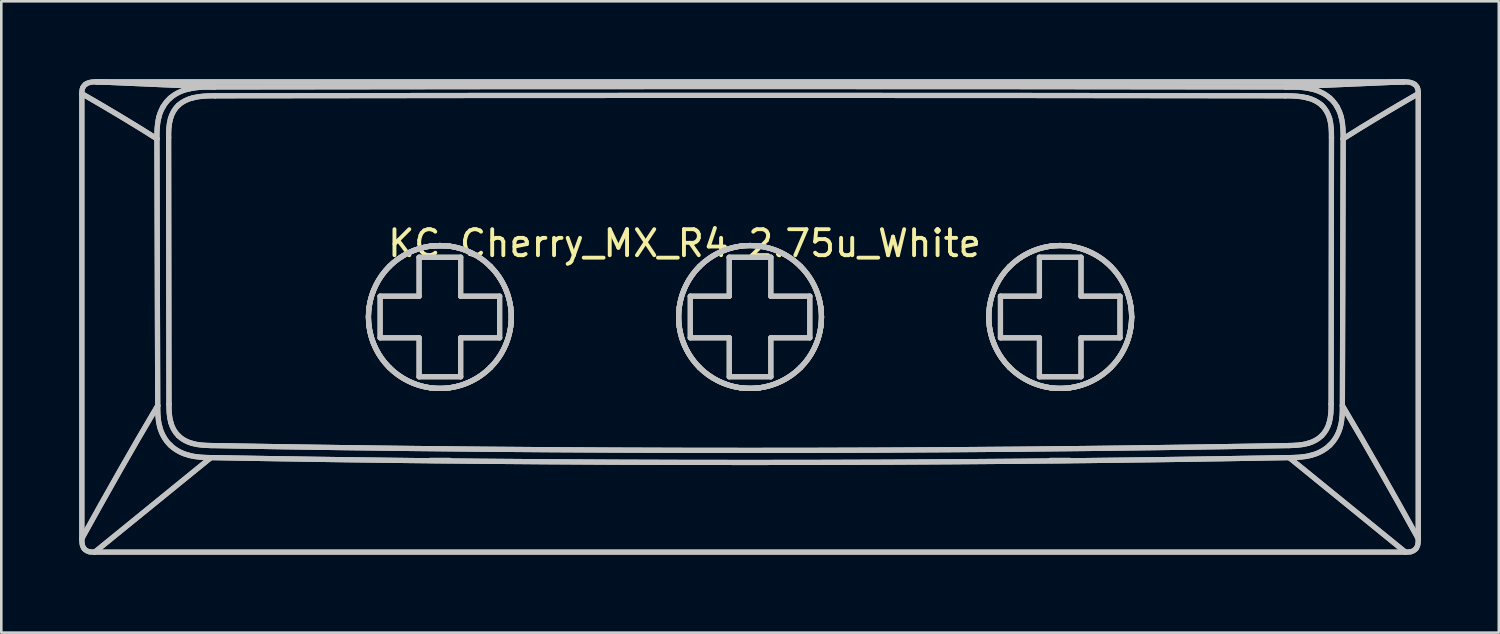
<source format=kicad_pcb>
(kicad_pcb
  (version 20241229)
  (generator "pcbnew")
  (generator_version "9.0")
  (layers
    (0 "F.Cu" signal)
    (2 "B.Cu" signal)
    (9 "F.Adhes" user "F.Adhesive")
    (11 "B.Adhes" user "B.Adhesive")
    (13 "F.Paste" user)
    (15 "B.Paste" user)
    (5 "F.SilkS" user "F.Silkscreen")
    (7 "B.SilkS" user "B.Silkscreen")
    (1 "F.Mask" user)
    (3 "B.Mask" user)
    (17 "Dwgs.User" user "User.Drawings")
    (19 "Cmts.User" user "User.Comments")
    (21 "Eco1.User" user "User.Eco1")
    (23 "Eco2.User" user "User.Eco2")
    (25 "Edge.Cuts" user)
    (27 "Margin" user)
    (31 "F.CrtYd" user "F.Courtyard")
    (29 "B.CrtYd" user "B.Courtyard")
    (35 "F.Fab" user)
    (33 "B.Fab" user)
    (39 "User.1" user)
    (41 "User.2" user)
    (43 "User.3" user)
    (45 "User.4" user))
  (footprint "KC_Cherry_MX_R4_2.75u_White"
    (layer "F.Cu")
    (at 25.839 9.111)
    (property "Reference" "KC_Cherry_MX_R4_2.75u_White" (at -2.54 -2.794 0) (layer "F.SilkS") (effects (font (size 1 1) (thickness 0.15))))
    (attr allow_missing_courtyard)
    (fp_line (start -25.739 8.572) (end -25.739 -8.557) (stroke (width 0.2) (type default)) (layer "Dwgs.User"))
    (fp_line (start -25.739 8.572) (end -25.739 -8.557) (stroke (width 0.2) (type default)) (layer "Dwgs.User"))
    (fp_line (start -25.243 9.089) (end -20.771 5.452) (stroke (width 0.2) (type default)) (layer "Dwgs.User"))
    (fp_line (start -25.243 9.089) (end -20.771 5.452) (stroke (width 0.2) (type default)) (layer "Dwgs.User"))
    (fp_line (start -25.173 -9.011) (end 25.133 -9.011) (stroke (width 0.2) (type default)) (layer "Dwgs.User"))
    (fp_line (start -25.173 -9.011) (end 25.133 -9.011) (stroke (width 0.2) (type default)) (layer "Dwgs.User"))
    (fp_line (start -22.849 -6.819) (end -22.819 3.45) (stroke (width 0.2) (type default)) (layer "Dwgs.User"))
    (fp_line (start -22.849 -6.819) (end -22.819 3.45) (stroke (width 0.2) (type default)) (layer "Dwgs.User"))
    (fp_line (start -22.399 -6.873) (end -22.385 3.392) (stroke (width 0.2) (type default)) (layer "Dwgs.User"))
    (fp_line (start -22.399 -6.873) (end -22.385 3.392) (stroke (width 0.2) (type default)) (layer "Dwgs.User"))
    (fp_line (start -20.634 -8.814) (end -25.173 -9.011) (stroke (width 0.2) (type default)) (layer "Dwgs.User"))
    (fp_line (start -20.634 -8.814) (end -25.173 -9.011) (stroke (width 0.2) (type default)) (layer "Dwgs.User"))
    (fp_line (start -14.258 -0.76) (end -12.758 -0.76) (stroke (width 0.2) (type default)) (layer "Dwgs.User"))
    (fp_line (start -14.258 -0.76) (end -12.758 -0.76) (stroke (width 0.2) (type default)) (layer "Dwgs.User"))
    (fp_line (start -14.258 0.84) (end -14.258 -0.76) (stroke (width 0.2) (type default)) (layer "Dwgs.User"))
    (fp_line (start -14.258 0.84) (end -14.258 -0.76) (stroke (width 0.2) (type default)) (layer "Dwgs.User"))
    (fp_line (start -12.758 -2.26) (end -11.158 -2.26) (stroke (width 0.2) (type default)) (layer "Dwgs.User"))
    (fp_line (start -12.758 -2.26) (end -11.158 -2.26) (stroke (width 0.2) (type default)) (layer "Dwgs.User"))
    (fp_line (start -12.758 -0.76) (end -12.758 -2.26) (stroke (width 0.2) (type default)) (layer "Dwgs.User"))
    (fp_line (start -12.758 -0.76) (end -12.758 -2.26) (stroke (width 0.2) (type default)) (layer "Dwgs.User"))
    (fp_line (start -12.758 0.84) (end -14.258 0.84) (stroke (width 0.2) (type default)) (layer "Dwgs.User"))
    (fp_line (start -12.758 0.84) (end -14.258 0.84) (stroke (width 0.2) (type default)) (layer "Dwgs.User"))
    (fp_line (start -12.758 2.34) (end -12.758 0.84) (stroke (width 0.2) (type default)) (layer "Dwgs.User"))
    (fp_line (start -12.758 2.34) (end -12.758 0.84) (stroke (width 0.2) (type default)) (layer "Dwgs.User"))
    (fp_line (start -12.333 -2.685) (end -11.583 -2.685) (stroke (width 0.2) (type default)) (layer "Dwgs.User"))
    (fp_line (start -11.583 5.561) (end -12.333 5.561) (stroke (width 0.2) (type default)) (layer "Dwgs.User"))
    (fp_line (start -11.583 5.561) (end -12.333 5.561) (stroke (width 0.2) (type default)) (layer "Dwgs.User"))
    (fp_line (start -11.158 -2.26) (end -11.158 -0.76) (stroke (width 0.2) (type default)) (layer "Dwgs.User"))
    (fp_line (start -11.158 -2.26) (end -11.158 -0.76) (stroke (width 0.2) (type default)) (layer "Dwgs.User"))
    (fp_line (start -11.158 -0.76) (end -9.658 -0.76) (stroke (width 0.2) (type default)) (layer "Dwgs.User"))
    (fp_line (start -11.158 -0.76) (end -9.658 -0.76) (stroke (width 0.2) (type default)) (layer "Dwgs.User"))
    (fp_line (start -11.158 0.84) (end -11.158 2.34) (stroke (width 0.2) (type default)) (layer "Dwgs.User"))
    (fp_line (start -11.158 0.84) (end -11.158 2.34) (stroke (width 0.2) (type default)) (layer "Dwgs.User"))
    (fp_line (start -11.158 2.34) (end -12.758 2.34) (stroke (width 0.2) (type default)) (layer "Dwgs.User"))
    (fp_line (start -11.158 2.34) (end -12.758 2.34) (stroke (width 0.2) (type default)) (layer "Dwgs.User"))
    (fp_line (start -9.658 -0.76) (end -9.658 0.84) (stroke (width 0.2) (type default)) (layer "Dwgs.User"))
    (fp_line (start -9.658 -0.76) (end -9.658 0.84) (stroke (width 0.2) (type default)) (layer "Dwgs.User"))
    (fp_line (start -9.658 0.84) (end -11.158 0.84) (stroke (width 0.2) (type default)) (layer "Dwgs.User"))
    (fp_line (start -9.658 0.84) (end -11.158 0.84) (stroke (width 0.2) (type default)) (layer "Dwgs.User"))
    (fp_line (start -2.32 -0.76) (end -0.82 -0.76) (stroke (width 0.2) (type default)) (layer "Dwgs.User"))
    (fp_line (start -2.32 -0.76) (end -0.82 -0.76) (stroke (width 0.2) (type default)) (layer "Dwgs.User"))
    (fp_line (start -2.32 0.84) (end -2.32 -0.76) (stroke (width 0.2) (type default)) (layer "Dwgs.User"))
    (fp_line (start -2.32 0.84) (end -2.32 -0.76) (stroke (width 0.2) (type default)) (layer "Dwgs.User"))
    (fp_line (start -0.82 -2.26) (end 0.78 -2.26) (stroke (width 0.2) (type default)) (layer "Dwgs.User"))
    (fp_line (start -0.82 -2.26) (end 0.78 -2.26) (stroke (width 0.2) (type default)) (layer "Dwgs.User"))
    (fp_line (start -0.82 -0.76) (end -0.82 -2.26) (stroke (width 0.2) (type default)) (layer "Dwgs.User"))
    (fp_line (start -0.82 -0.76) (end -0.82 -2.26) (stroke (width 0.2) (type default)) (layer "Dwgs.User"))
    (fp_line (start -0.82 0.84) (end -2.32 0.84) (stroke (width 0.2) (type default)) (layer "Dwgs.User"))
    (fp_line (start -0.82 0.84) (end -2.32 0.84) (stroke (width 0.2) (type default)) (layer "Dwgs.User"))
    (fp_line (start -0.82 2.34) (end -0.82 0.84) (stroke (width 0.2) (type default)) (layer "Dwgs.User"))
    (fp_line (start -0.82 2.34) (end -0.82 0.84) (stroke (width 0.2) (type default)) (layer "Dwgs.User"))
    (fp_line (start -0.395 2.764) (end -0.395 2.764) (stroke (width 0.2) (type default)) (layer "Dwgs.User"))
    (fp_line (start -0.395 2.764) (end -0.02 2.789) (stroke (width 0.2) (type default)) (layer "Dwgs.User"))
    (fp_line (start -0.02 2.789) (end 0.355 2.764) (stroke (width 0.2) (type default)) (layer "Dwgs.User"))
    (fp_line (start 0.78 -2.26) (end 0.78 -0.76) (stroke (width 0.2) (type default)) (layer "Dwgs.User"))
    (fp_line (start 0.78 -2.26) (end 0.78 -0.76) (stroke (width 0.2) (type default)) (layer "Dwgs.User"))
    (fp_line (start 0.78 -0.76) (end 2.28 -0.76) (stroke (width 0.2) (type default)) (layer "Dwgs.User"))
    (fp_line (start 0.78 -0.76) (end 2.28 -0.76) (stroke (width 0.2) (type default)) (layer "Dwgs.User"))
    (fp_line (start 0.78 0.84) (end 0.78 2.34) (stroke (width 0.2) (type default)) (layer "Dwgs.User"))
    (fp_line (start 0.78 0.84) (end 0.78 2.34) (stroke (width 0.2) (type default)) (layer "Dwgs.User"))
    (fp_line (start 0.78 2.34) (end -0.82 2.34) (stroke (width 0.2) (type default)) (layer "Dwgs.User"))
    (fp_line (start 0.78 2.34) (end -0.82 2.34) (stroke (width 0.2) (type default)) (layer "Dwgs.User"))
    (fp_line (start 2.28 -0.76) (end 2.28 0.84) (stroke (width 0.2) (type default)) (layer "Dwgs.User"))
    (fp_line (start 2.28 -0.76) (end 2.28 0.84) (stroke (width 0.2) (type default)) (layer "Dwgs.User"))
    (fp_line (start 2.28 0.84) (end 0.78 0.84) (stroke (width 0.2) (type default)) (layer "Dwgs.User"))
    (fp_line (start 2.28 0.84) (end 0.78 0.84) (stroke (width 0.2) (type default)) (layer "Dwgs.User"))
    (fp_line (start 9.618 -0.76) (end 11.118 -0.76) (stroke (width 0.2) (type default)) (layer "Dwgs.User"))
    (fp_line (start 9.618 -0.76) (end 11.118 -0.76) (stroke (width 0.2) (type default)) (layer "Dwgs.User"))
    (fp_line (start 9.618 0.84) (end 9.618 -0.76) (stroke (width 0.2) (type default)) (layer "Dwgs.User"))
    (fp_line (start 9.618 0.84) (end 9.618 -0.76) (stroke (width 0.2) (type default)) (layer "Dwgs.User"))
    (fp_line (start 11.118 -2.26) (end 12.718 -2.26) (stroke (width 0.2) (type default)) (layer "Dwgs.User"))
    (fp_line (start 11.118 -2.26) (end 12.718 -2.26) (stroke (width 0.2) (type default)) (layer "Dwgs.User"))
    (fp_line (start 11.118 -0.76) (end 11.118 -2.26) (stroke (width 0.2) (type default)) (layer "Dwgs.User"))
    (fp_line (start 11.118 -0.76) (end 11.118 -2.26) (stroke (width 0.2) (type default)) (layer "Dwgs.User"))
    (fp_line (start 11.118 0.84) (end 9.618 0.84) (stroke (width 0.2) (type default)) (layer "Dwgs.User"))
    (fp_line (start 11.118 0.84) (end 9.618 0.84) (stroke (width 0.2) (type default)) (layer "Dwgs.User"))
    (fp_line (start 11.118 2.34) (end 11.118 0.84) (stroke (width 0.2) (type default)) (layer "Dwgs.User"))
    (fp_line (start 11.118 2.34) (end 11.118 0.84) (stroke (width 0.2) (type default)) (layer "Dwgs.User"))
    (fp_line (start 12.293 5.561) (end 11.543 5.561) (stroke (width 0.2) (type default)) (layer "Dwgs.User"))
    (fp_line (start 12.293 5.561) (end 11.543 5.561) (stroke (width 0.2) (type default)) (layer "Dwgs.User"))
    (fp_line (start 12.718 -2.26) (end 12.718 -0.76) (stroke (width 0.2) (type default)) (layer "Dwgs.User"))
    (fp_line (start 12.718 -2.26) (end 12.718 -0.76) (stroke (width 0.2) (type default)) (layer "Dwgs.User"))
    (fp_line (start 12.718 -0.76) (end 14.218 -0.76) (stroke (width 0.2) (type default)) (layer "Dwgs.User"))
    (fp_line (start 12.718 -0.76) (end 14.218 -0.76) (stroke (width 0.2) (type default)) (layer "Dwgs.User"))
    (fp_line (start 12.718 0.84) (end 12.718 2.34) (stroke (width 0.2) (type default)) (layer "Dwgs.User"))
    (fp_line (start 12.718 0.84) (end 12.718 2.34) (stroke (width 0.2) (type default)) (layer "Dwgs.User"))
    (fp_line (start 12.718 2.34) (end 11.118 2.34) (stroke (width 0.2) (type default)) (layer "Dwgs.User"))
    (fp_line (start 12.718 2.34) (end 11.118 2.34) (stroke (width 0.2) (type default)) (layer "Dwgs.User"))
    (fp_line (start 14.218 -0.76) (end 14.218 0.84) (stroke (width 0.2) (type default)) (layer "Dwgs.User"))
    (fp_line (start 14.218 -0.76) (end 14.218 0.84) (stroke (width 0.2) (type default)) (layer "Dwgs.User"))
    (fp_line (start 14.218 0.84) (end 12.718 0.84) (stroke (width 0.2) (type default)) (layer "Dwgs.User"))
    (fp_line (start 14.218 0.84) (end 12.718 0.84) (stroke (width 0.2) (type default)) (layer "Dwgs.User"))
    (fp_line (start 22.345 3.392) (end 22.359 -6.873) (stroke (width 0.2) (type default)) (layer "Dwgs.User"))
    (fp_line (start 22.345 3.392) (end 22.359 -6.873) (stroke (width 0.2) (type default)) (layer "Dwgs.User"))
    (fp_line (start 22.779 3.45) (end 22.809 -6.819) (stroke (width 0.2) (type default)) (layer "Dwgs.User"))
    (fp_line (start 22.779 3.45) (end 22.809 -6.819) (stroke (width 0.2) (type default)) (layer "Dwgs.User"))
    (fp_line (start 25.133 -9.011) (end 20.594 -8.814) (stroke (width 0.2) (type default)) (layer "Dwgs.User"))
    (fp_line (start 25.133 -9.011) (end 20.594 -8.814) (stroke (width 0.2) (type default)) (layer "Dwgs.User"))
    (fp_line (start 25.203 9.089) (end -25.243 9.089) (stroke (width 0.2) (type default)) (layer "Dwgs.User"))
    (fp_line (start 25.203 9.089) (end -25.243 9.089) (stroke (width 0.2) (type default)) (layer "Dwgs.User"))
    (fp_line (start 25.203 9.089) (end 20.731 5.452) (stroke (width 0.2) (type default)) (layer "Dwgs.User"))
    (fp_line (start 25.203 9.089) (end 20.731 5.452) (stroke (width 0.2) (type default)) (layer "Dwgs.User"))
    (fp_line (start 25.699 -8.557) (end 25.699 8.572) (stroke (width 0.2) (type default)) (layer "Dwgs.User"))
    (fp_line (start 25.699 -8.557) (end 25.699 8.572) (stroke (width 0.2) (type default)) (layer "Dwgs.User"))
    (fp_curve (pts (xy -25.739 -8.557) (xy -25.739 -8.63) (xy -25.737 -8.706) (xy -25.708 -8.775)) (stroke (width 0.2) (type default)) (layer "Dwgs.User"))
    (fp_curve (pts (xy -25.739 -8.557) (xy -25.739 -8.63) (xy -25.737 -8.706) (xy -25.708 -8.775)) (stroke (width 0.2) (type default)) (layer "Dwgs.User"))
    (fp_curve (pts (xy -25.739 8.572) (xy -24.799 6.869) (xy -23.835 5.162) (xy -22.819 3.45)) (stroke (width 0.2) (type default)) (layer "Dwgs.User"))
    (fp_curve (pts (xy -25.739 8.572) (xy -24.799 6.869) (xy -23.835 5.162) (xy -22.819 3.45)) (stroke (width 0.2) (type default)) (layer "Dwgs.User"))
    (fp_curve (pts (xy -25.708 -8.775) (xy -25.684 -8.832) (xy -25.647 -8.878) (xy -25.597 -8.915)) (stroke (width 0.2) (type default)) (layer "Dwgs.User"))
    (fp_curve (pts (xy -25.708 -8.775) (xy -25.684 -8.832) (xy -25.647 -8.878) (xy -25.597 -8.915)) (stroke (width 0.2) (type default)) (layer "Dwgs.User"))
    (fp_curve (pts (xy -25.646 8.962) (xy -25.736 8.854) (xy -25.74 8.706) (xy -25.739 8.572)) (stroke (width 0.2) (type default)) (layer "Dwgs.User"))
    (fp_curve (pts (xy -25.646 8.962) (xy -25.736 8.854) (xy -25.74 8.706) (xy -25.739 8.572)) (stroke (width 0.2) (type default)) (layer "Dwgs.User"))
    (fp_curve (pts (xy -25.597 -8.915) (xy -25.476 -9.005) (xy -25.318 -9.012) (xy -25.173 -9.011)) (stroke (width 0.2) (type default)) (layer "Dwgs.User"))
    (fp_curve (pts (xy -25.597 -8.915) (xy -25.476 -9.005) (xy -25.318 -9.012) (xy -25.173 -9.011)) (stroke (width 0.2) (type default)) (layer "Dwgs.User"))
    (fp_curve (pts (xy -25.45 9.074) (xy -25.525 9.058) (xy -25.597 9.021) (xy -25.646 8.962)) (stroke (width 0.2) (type default)) (layer "Dwgs.User"))
    (fp_curve (pts (xy -25.45 9.074) (xy -25.525 9.058) (xy -25.597 9.021) (xy -25.646 8.962)) (stroke (width 0.2) (type default)) (layer "Dwgs.User"))
    (fp_curve (pts (xy -25.243 9.089) (xy -25.313 9.092) (xy -25.382 9.087) (xy -25.45 9.074)) (stroke (width 0.2) (type default)) (layer "Dwgs.User"))
    (fp_curve (pts (xy -25.243 9.089) (xy -25.313 9.092) (xy -25.382 9.087) (xy -25.45 9.074)) (stroke (width 0.2) (type default)) (layer "Dwgs.User"))
    (fp_curve (pts (xy -22.849 -6.819) (xy -23.75 -7.391) (xy -24.725 -7.973) (xy -25.739 -8.557)) (stroke (width 0.2) (type default)) (layer "Dwgs.User"))
    (fp_curve (pts (xy -22.849 -6.819) (xy -23.75 -7.391) (xy -24.725 -7.973) (xy -25.739 -8.557)) (stroke (width 0.2) (type default)) (layer "Dwgs.User"))
    (fp_curve (pts (xy -22.849 -6.819) (xy -22.848 -7.062) (xy -22.853 -7.337) (xy -22.776 -7.647)) (stroke (width 0.2) (type default)) (layer "Dwgs.User"))
    (fp_curve (pts (xy -22.849 -6.819) (xy -22.848 -7.062) (xy -22.853 -7.337) (xy -22.776 -7.647)) (stroke (width 0.2) (type default)) (layer "Dwgs.User"))
    (fp_curve (pts (xy -22.776 -7.647) (xy -22.744 -7.78) (xy -22.691 -7.913) (xy -22.616 -8.046)) (stroke (width 0.2) (type default)) (layer "Dwgs.User"))
    (fp_curve (pts (xy -22.776 -7.647) (xy -22.744 -7.78) (xy -22.691 -7.913) (xy -22.616 -8.046)) (stroke (width 0.2) (type default)) (layer "Dwgs.User"))
    (fp_curve (pts (xy -22.745 4.252) (xy -22.82 3.955) (xy -22.818 3.686) (xy -22.819 3.45)) (stroke (width 0.2) (type default)) (layer "Dwgs.User"))
    (fp_curve (pts (xy -22.745 4.252) (xy -22.82 3.955) (xy -22.818 3.686) (xy -22.819 3.45)) (stroke (width 0.2) (type default)) (layer "Dwgs.User"))
    (fp_curve (pts (xy -22.616 -8.046) (xy -22.543 -8.173) (xy -22.451 -8.286) (xy -22.341 -8.385)) (stroke (width 0.2) (type default)) (layer "Dwgs.User"))
    (fp_curve (pts (xy -22.616 -8.046) (xy -22.543 -8.173) (xy -22.451 -8.286) (xy -22.341 -8.385)) (stroke (width 0.2) (type default)) (layer "Dwgs.User"))
    (fp_curve (pts (xy -22.399 -6.873) (xy -22.399 -7.115) (xy -22.393 -7.361) (xy -22.327 -7.595)) (stroke (width 0.2) (type default)) (layer "Dwgs.User"))
    (fp_curve (pts (xy -22.399 -6.873) (xy -22.399 -7.115) (xy -22.393 -7.361) (xy -22.327 -7.595)) (stroke (width 0.2) (type default)) (layer "Dwgs.User"))
    (fp_curve (pts (xy -22.341 -8.385) (xy -22.097 -8.6) (xy -21.812 -8.701) (xy -21.558 -8.752)) (stroke (width 0.2) (type default)) (layer "Dwgs.User"))
    (fp_curve (pts (xy -22.341 -8.385) (xy -22.097 -8.6) (xy -21.812 -8.701) (xy -21.558 -8.752)) (stroke (width 0.2) (type default)) (layer "Dwgs.User"))
    (fp_curve (pts (xy -22.338 4.97) (xy -22.552 4.765) (xy -22.685 4.496) (xy -22.745 4.252)) (stroke (width 0.2) (type default)) (layer "Dwgs.User"))
    (fp_curve (pts (xy -22.338 4.97) (xy -22.552 4.765) (xy -22.685 4.496) (xy -22.745 4.252)) (stroke (width 0.2) (type default)) (layer "Dwgs.User"))
    (fp_curve (pts (xy -22.327 -7.595) (xy -22.274 -7.786) (xy -22.174 -7.967) (xy -22.027 -8.104)) (stroke (width 0.2) (type default)) (layer "Dwgs.User"))
    (fp_curve (pts (xy -22.327 -7.595) (xy -22.274 -7.786) (xy -22.174 -7.967) (xy -22.027 -8.104)) (stroke (width 0.2) (type default)) (layer "Dwgs.User"))
    (fp_curve (pts (xy -22.315 4.098) (xy -22.379 3.868) (xy -22.385 3.628) (xy -22.385 3.392)) (stroke (width 0.2) (type default)) (layer "Dwgs.User"))
    (fp_curve (pts (xy -22.315 4.098) (xy -22.379 3.868) (xy -22.385 3.628) (xy -22.385 3.392)) (stroke (width 0.2) (type default)) (layer "Dwgs.User"))
    (fp_curve (pts (xy -22.027 -8.104) (xy -21.87 -8.252) (xy -21.668 -8.346) (xy -21.458 -8.398)) (stroke (width 0.2) (type default)) (layer "Dwgs.User"))
    (fp_curve (pts (xy -22.027 -8.104) (xy -21.87 -8.252) (xy -21.668 -8.346) (xy -21.458 -8.398)) (stroke (width 0.2) (type default)) (layer "Dwgs.User"))
    (fp_curve (pts (xy -22.022 4.61) (xy -22.165 4.47) (xy -22.262 4.288) (xy -22.315 4.098)) (stroke (width 0.2) (type default)) (layer "Dwgs.User"))
    (fp_curve (pts (xy -22.022 4.61) (xy -22.165 4.47) (xy -22.262 4.288) (xy -22.315 4.098)) (stroke (width 0.2) (type default)) (layer "Dwgs.User"))
    (fp_curve (pts (xy -21.602 5.367) (xy -21.849 5.306) (xy -22.121 5.181) (xy -22.338 4.97)) (stroke (width 0.2) (type default)) (layer "Dwgs.User"))
    (fp_curve (pts (xy -21.602 5.367) (xy -21.849 5.306) (xy -22.121 5.181) (xy -22.338 4.97)) (stroke (width 0.2) (type default)) (layer "Dwgs.User"))
    (fp_curve (pts (xy -21.558 -8.752) (xy -21.224 -8.817) (xy -20.918 -8.813) (xy -20.634 -8.814)) (stroke (width 0.2) (type default)) (layer "Dwgs.User"))
    (fp_curve (pts (xy -21.558 -8.752) (xy -21.224 -8.817) (xy -20.918 -8.813) (xy -20.634 -8.814)) (stroke (width 0.2) (type default)) (layer "Dwgs.User"))
    (fp_curve (pts (xy -21.491 4.905) (xy -21.688 4.851) (xy -21.876 4.754) (xy -22.022 4.61)) (stroke (width 0.2) (type default)) (layer "Dwgs.User"))
    (fp_curve (pts (xy -21.491 4.905) (xy -21.688 4.851) (xy -21.876 4.754) (xy -22.022 4.61)) (stroke (width 0.2) (type default)) (layer "Dwgs.User"))
    (fp_curve (pts (xy -21.458 -8.398) (xy -21.184 -8.466) (xy -20.898 -8.473) (xy -20.616 -8.474)) (stroke (width 0.2) (type default)) (layer "Dwgs.User"))
    (fp_curve (pts (xy -21.458 -8.398) (xy -21.184 -8.466) (xy -20.898 -8.473) (xy -20.616 -8.474)) (stroke (width 0.2) (type default)) (layer "Dwgs.User"))
    (fp_curve (pts (xy -20.771 5.452) (xy -21.019 5.447) (xy -21.298 5.444) (xy -21.602 5.367)) (stroke (width 0.2) (type default)) (layer "Dwgs.User"))
    (fp_curve (pts (xy -20.771 5.452) (xy -21.019 5.447) (xy -21.298 5.444) (xy -21.602 5.367)) (stroke (width 0.2) (type default)) (layer "Dwgs.User"))
    (fp_curve (pts (xy -20.753 4.988) (xy -21 4.983) (xy -21.252 4.973) (xy -21.491 4.905)) (stroke (width 0.2) (type default)) (layer "Dwgs.User"))
    (fp_curve (pts (xy -20.753 4.988) (xy -21 4.983) (xy -21.252 4.973) (xy -21.491 4.905)) (stroke (width 0.2) (type default)) (layer "Dwgs.User"))
    (fp_curve (pts (xy -20.634 -8.814) (xy -6.901 -8.836) (xy 6.861 -8.836) (xy 20.594 -8.814)) (stroke (width 0.2) (type default)) (layer "Dwgs.User"))
    (fp_curve (pts (xy -20.634 -8.814) (xy -6.901 -8.836) (xy 6.861 -8.836) (xy 20.594 -8.814)) (stroke (width 0.2) (type default)) (layer "Dwgs.User"))
    (fp_curve (pts (xy -20.616 -8.474) (xy -6.895 -8.495) (xy 6.855 -8.495) (xy 20.576 -8.474)) (stroke (width 0.2) (type default)) (layer "Dwgs.User"))
    (fp_curve (pts (xy -20.616 -8.474) (xy -6.895 -8.495) (xy 6.855 -8.495) (xy 20.576 -8.474)) (stroke (width 0.2) (type default)) (layer "Dwgs.User"))
    (fp_curve (pts (xy -14.708 0.039) (xy -14.708 0.363) (xy -14.649 0.713) (xy -14.515 1.052)) (stroke (width 0.2) (type default)) (layer "Dwgs.User"))
    (fp_curve (pts (xy -14.708 0.039) (xy -14.708 0.363) (xy -14.649 0.713) (xy -14.515 1.052)) (stroke (width 0.2) (type default)) (layer "Dwgs.User"))
    (fp_curve (pts (xy -14.682 0.414) (xy -14.603 1.001) (xy -14.327 1.562) (xy -13.903 1.984)) (stroke (width 0.2) (type default)) (layer "Dwgs.User"))
    (fp_curve (pts (xy -14.682 0.414) (xy -14.603 1.001) (xy -14.327 1.562) (xy -13.903 1.984)) (stroke (width 0.2) (type default)) (layer "Dwgs.User"))
    (fp_curve (pts (xy -14.682 -0.336) (xy -14.717 -0.086) (xy -14.717 0.164) (xy -14.682 0.414)) (stroke (width 0.2) (type default)) (layer "Dwgs.User"))
    (fp_curve (pts (xy -14.682 -0.336) (xy -14.717 -0.086) (xy -14.717 0.164) (xy -14.682 0.414)) (stroke (width 0.2) (type default)) (layer "Dwgs.User"))
    (fp_curve (pts (xy -14.515 -0.973) (xy -14.649 -0.634) (xy -14.708 -0.284) (xy -14.708 0.039)) (stroke (width 0.2) (type default)) (layer "Dwgs.User"))
    (fp_curve (pts (xy -14.515 -0.973) (xy -14.649 -0.634) (xy -14.708 -0.284) (xy -14.708 0.039)) (stroke (width 0.2) (type default)) (layer "Dwgs.User"))
    (fp_curve (pts (xy -14.515 1.052) (xy -14.382 1.39) (xy -14.172 1.716) (xy -13.903 1.984)) (stroke (width 0.2) (type default)) (layer "Dwgs.User"))
    (fp_curve (pts (xy -14.515 1.052) (xy -14.382 1.39) (xy -14.172 1.716) (xy -13.903 1.984)) (stroke (width 0.2) (type default)) (layer "Dwgs.User"))
    (fp_curve (pts (xy -13.903 -1.905) (xy -14.326 -1.483) (xy -14.603 -0.923) (xy -14.682 -0.336)) (stroke (width 0.2) (type default)) (layer "Dwgs.User"))
    (fp_curve (pts (xy -13.903 -1.905) (xy -14.326 -1.483) (xy -14.603 -0.923) (xy -14.682 -0.336)) (stroke (width 0.2) (type default)) (layer "Dwgs.User"))
    (fp_curve (pts (xy -13.903 1.984) (xy -13.486 2.403) (xy -12.924 2.684) (xy -12.333 2.764)) (stroke (width 0.2) (type default)) (layer "Dwgs.User"))
    (fp_curve (pts (xy -13.903 1.984) (xy -13.486 2.403) (xy -12.924 2.684) (xy -12.333 2.764)) (stroke (width 0.2) (type default)) (layer "Dwgs.User"))
    (fp_curve (pts (xy -13.903 -1.905) (xy -14.172 -1.637) (xy -14.382 -1.311) (xy -14.515 -0.973)) (stroke (width 0.2) (type default)) (layer "Dwgs.User"))
    (fp_curve (pts (xy -13.903 -1.905) (xy -14.172 -1.637) (xy -14.382 -1.311) (xy -14.515 -0.973)) (stroke (width 0.2) (type default)) (layer "Dwgs.User"))
    (fp_curve (pts (xy -13.903 1.984) (xy -13.634 2.253) (xy -13.309 2.463) (xy -12.97 2.596)) (stroke (width 0.2) (type default)) (layer "Dwgs.User"))
    (fp_curve (pts (xy -13.903 1.984) (xy -13.634 2.253) (xy -13.309 2.463) (xy -12.97 2.596)) (stroke (width 0.2) (type default)) (layer "Dwgs.User"))
    (fp_curve (pts (xy -12.97 -2.518) (xy -13.309 -2.384) (xy -13.634 -2.174) (xy -13.903 -1.905)) (stroke (width 0.2) (type default)) (layer "Dwgs.User"))
    (fp_curve (pts (xy -12.97 -2.518) (xy -13.309 -2.384) (xy -13.634 -2.174) (xy -13.903 -1.905)) (stroke (width 0.2) (type default)) (layer "Dwgs.User"))
    (fp_curve (pts (xy -12.97 2.596) (xy -12.631 2.731) (xy -12.282 2.79) (xy -11.958 2.789)) (stroke (width 0.2) (type default)) (layer "Dwgs.User"))
    (fp_curve (pts (xy -12.97 2.596) (xy -12.631 2.731) (xy -12.282 2.79) (xy -11.958 2.789)) (stroke (width 0.2) (type default)) (layer "Dwgs.User"))
    (fp_curve (pts (xy -12.333 -2.685) (xy -12.924 -2.605) (xy -13.486 -2.325) (xy -13.903 -1.905)) (stroke (width 0.2) (type default)) (layer "Dwgs.User"))
    (fp_curve (pts (xy -12.333 -2.685) (xy -12.924 -2.605) (xy -13.486 -2.325) (xy -13.903 -1.905)) (stroke (width 0.2) (type default)) (layer "Dwgs.User"))
    (fp_curve (pts (xy -12.333 -2.685) (xy -12.083 -2.719) (xy -11.833 -2.719) (xy -11.583 -2.685)) (stroke (width 0.2) (type default)) (layer "Dwgs.User"))
    (fp_curve (pts (xy -12.333 -2.685) (xy -12.083 -2.719) (xy -11.833 -2.719) (xy -11.583 -2.685)) (stroke (width 0.2) (type default)) (layer "Dwgs.User"))
    (fp_curve (pts (xy -12.333 2.764) (xy -12.083 2.798) (xy -11.833 2.798) (xy -11.583 2.764)) (stroke (width 0.2) (type default)) (layer "Dwgs.User"))
    (fp_curve (pts (xy -12.333 2.764) (xy -12.083 2.798) (xy -11.833 2.798) (xy -11.583 2.764)) (stroke (width 0.2) (type default)) (layer "Dwgs.User"))
    (fp_curve (pts (xy -11.958 -2.711) (xy -12.282 -2.711) (xy -12.631 -2.652) (xy -12.97 -2.518)) (stroke (width 0.2) (type default)) (layer "Dwgs.User"))
    (fp_curve (pts (xy -11.958 -2.711) (xy -12.282 -2.711) (xy -12.631 -2.652) (xy -12.97 -2.518)) (stroke (width 0.2) (type default)) (layer "Dwgs.User"))
    (fp_curve (pts (xy -11.958 2.789) (xy -11.634 2.79) (xy -11.285 2.731) (xy -10.946 2.596)) (stroke (width 0.2) (type default)) (layer "Dwgs.User"))
    (fp_curve (pts (xy -11.958 2.789) (xy -11.634 2.79) (xy -11.285 2.731) (xy -10.946 2.596)) (stroke (width 0.2) (type default)) (layer "Dwgs.User"))
    (fp_curve (pts (xy -11.583 2.764) (xy -10.992 2.684) (xy -10.43 2.403) (xy -10.013 1.984)) (stroke (width 0.2) (type default)) (layer "Dwgs.User"))
    (fp_curve (pts (xy -11.583 2.764) (xy -10.992 2.684) (xy -10.43 2.403) (xy -10.013 1.984)) (stroke (width 0.2) (type default)) (layer "Dwgs.User"))
    (fp_curve (pts (xy -10.946 -2.518) (xy -11.285 -2.652) (xy -11.634 -2.711) (xy -11.958 -2.711)) (stroke (width 0.2) (type default)) (layer "Dwgs.User"))
    (fp_curve (pts (xy -10.946 -2.518) (xy -11.285 -2.652) (xy -11.634 -2.711) (xy -11.958 -2.711)) (stroke (width 0.2) (type default)) (layer "Dwgs.User"))
    (fp_curve (pts (xy -10.946 2.596) (xy -10.607 2.463) (xy -10.282 2.253) (xy -10.013 1.984)) (stroke (width 0.2) (type default)) (layer "Dwgs.User"))
    (fp_curve (pts (xy -10.946 2.596) (xy -10.607 2.463) (xy -10.282 2.253) (xy -10.013 1.984)) (stroke (width 0.2) (type default)) (layer "Dwgs.User"))
    (fp_curve (pts (xy -10.013 -1.905) (xy -10.43 -2.325) (xy -10.992 -2.605) (xy -11.583 -2.685)) (stroke (width 0.2) (type default)) (layer "Dwgs.User"))
    (fp_curve (pts (xy -10.013 -1.905) (xy -10.43 -2.325) (xy -10.992 -2.605) (xy -11.583 -2.685)) (stroke (width 0.2) (type default)) (layer "Dwgs.User"))
    (fp_curve (pts (xy -10.013 -1.905) (xy -10.282 -2.174) (xy -10.607 -2.384) (xy -10.946 -2.518)) (stroke (width 0.2) (type default)) (layer "Dwgs.User"))
    (fp_curve (pts (xy -10.013 -1.905) (xy -10.282 -2.174) (xy -10.607 -2.384) (xy -10.946 -2.518)) (stroke (width 0.2) (type default)) (layer "Dwgs.User"))
    (fp_curve (pts (xy -10.013 1.984) (xy -9.744 1.716) (xy -9.534 1.39) (xy -9.401 1.052)) (stroke (width 0.2) (type default)) (layer "Dwgs.User"))
    (fp_curve (pts (xy -10.013 1.984) (xy -9.744 1.716) (xy -9.534 1.39) (xy -9.401 1.052)) (stroke (width 0.2) (type default)) (layer "Dwgs.User"))
    (fp_curve (pts (xy -10.013 1.984) (xy -9.589 1.562) (xy -9.313 1.001) (xy -9.234 0.414)) (stroke (width 0.2) (type default)) (layer "Dwgs.User"))
    (fp_curve (pts (xy -10.013 1.984) (xy -9.589 1.562) (xy -9.313 1.001) (xy -9.234 0.414)) (stroke (width 0.2) (type default)) (layer "Dwgs.User"))
    (fp_curve (pts (xy -9.401 -0.973) (xy -9.534 -1.311) (xy -9.744 -1.637) (xy -10.013 -1.905)) (stroke (width 0.2) (type default)) (layer "Dwgs.User"))
    (fp_curve (pts (xy -9.401 -0.973) (xy -9.534 -1.311) (xy -9.744 -1.637) (xy -10.013 -1.905)) (stroke (width 0.2) (type default)) (layer "Dwgs.User"))
    (fp_curve (pts (xy -9.401 1.052) (xy -9.267 0.713) (xy -9.208 0.363) (xy -9.208 0.039)) (stroke (width 0.2) (type default)) (layer "Dwgs.User"))
    (fp_curve (pts (xy -9.401 1.052) (xy -9.267 0.713) (xy -9.208 0.363) (xy -9.208 0.039)) (stroke (width 0.2) (type default)) (layer "Dwgs.User"))
    (fp_curve (pts (xy -9.234 -0.336) (xy -9.313 -0.923) (xy -9.59 -1.483) (xy -10.013 -1.905)) (stroke (width 0.2) (type default)) (layer "Dwgs.User"))
    (fp_curve (pts (xy -9.234 -0.336) (xy -9.313 -0.923) (xy -9.59 -1.483) (xy -10.013 -1.905)) (stroke (width 0.2) (type default)) (layer "Dwgs.User"))
    (fp_curve (pts (xy -9.234 0.414) (xy -9.217 0.29) (xy -9.208 0.165) (xy -9.208 0.039)) (stroke (width 0.2) (type default)) (layer "Dwgs.User"))
    (fp_curve (pts (xy -9.234 0.414) (xy -9.217 0.29) (xy -9.208 0.165) (xy -9.208 0.039)) (stroke (width 0.2) (type default)) (layer "Dwgs.User"))
    (fp_curve (pts (xy -9.208 0.039) (xy -9.208 -0.284) (xy -9.267 -0.634) (xy -9.401 -0.973)) (stroke (width 0.2) (type default)) (layer "Dwgs.User"))
    (fp_curve (pts (xy -9.208 0.039) (xy -9.208 -0.284) (xy -9.267 -0.634) (xy -9.401 -0.973)) (stroke (width 0.2) (type default)) (layer "Dwgs.User"))
    (fp_curve (pts (xy -9.208 0.039) (xy -9.208 -0.086) (xy -9.217 -0.212) (xy -9.234 -0.336)) (stroke (width 0.2) (type default)) (layer "Dwgs.User"))
    (fp_curve (pts (xy -9.208 0.039) (xy -9.208 -0.086) (xy -9.217 -0.212) (xy -9.234 -0.336)) (stroke (width 0.2) (type default)) (layer "Dwgs.User"))
    (fp_curve (pts (xy -2.77 0.039) (xy -2.77 0.363) (xy -2.711 0.713) (xy -2.577 1.052)) (stroke (width 0.2) (type default)) (layer "Dwgs.User"))
    (fp_curve (pts (xy -2.77 0.039) (xy -2.77 0.363) (xy -2.711 0.713) (xy -2.577 1.052)) (stroke (width 0.2) (type default)) (layer "Dwgs.User"))
    (fp_curve (pts (xy -2.744 0.414) (xy -2.665 1.001) (xy -2.389 1.562) (xy -1.965 1.984)) (stroke (width 0.2) (type default)) (layer "Dwgs.User"))
    (fp_curve (pts (xy -2.744 0.414) (xy -2.665 1.001) (xy -2.389 1.562) (xy -1.965 1.984)) (stroke (width 0.2) (type default)) (layer "Dwgs.User"))
    (fp_curve (pts (xy -2.744 -0.336) (xy -2.779 -0.086) (xy -2.779 0.164) (xy -2.744 0.414)) (stroke (width 0.2) (type default)) (layer "Dwgs.User"))
    (fp_curve (pts (xy -2.744 -0.336) (xy -2.779 -0.086) (xy -2.779 0.164) (xy -2.744 0.414)) (stroke (width 0.2) (type default)) (layer "Dwgs.User"))
    (fp_curve (pts (xy -2.577 -0.973) (xy -2.711 -0.634) (xy -2.77 -0.284) (xy -2.77 0.039)) (stroke (width 0.2) (type default)) (layer "Dwgs.User"))
    (fp_curve (pts (xy -2.577 -0.973) (xy -2.711 -0.634) (xy -2.77 -0.284) (xy -2.77 0.039)) (stroke (width 0.2) (type default)) (layer "Dwgs.User"))
    (fp_curve (pts (xy -2.577 1.052) (xy -2.444 1.39) (xy -2.234 1.716) (xy -1.965 1.984)) (stroke (width 0.2) (type default)) (layer "Dwgs.User"))
    (fp_curve (pts (xy -2.577 1.052) (xy -2.444 1.39) (xy -2.234 1.716) (xy -1.965 1.984)) (stroke (width 0.2) (type default)) (layer "Dwgs.User"))
    (fp_curve (pts (xy -1.965 -1.905) (xy -2.388 -1.483) (xy -2.665 -0.923) (xy -2.744 -0.336)) (stroke (width 0.2) (type default)) (layer "Dwgs.User"))
    (fp_curve (pts (xy -1.965 -1.905) (xy -2.388 -1.483) (xy -2.665 -0.923) (xy -2.744 -0.336)) (stroke (width 0.2) (type default)) (layer "Dwgs.User"))
    (fp_curve (pts (xy -1.965 1.984) (xy -1.548 2.403) (xy -0.986 2.684) (xy -0.395 2.764)) (stroke (width 0.2) (type default)) (layer "Dwgs.User"))
    (fp_curve (pts (xy -1.965 1.984) (xy -1.548 2.403) (xy -0.986 2.684) (xy -0.395 2.764)) (stroke (width 0.2) (type default)) (layer "Dwgs.User"))
    (fp_curve (pts (xy -1.965 -1.905) (xy -2.234 -1.637) (xy -2.444 -1.311) (xy -2.577 -0.973)) (stroke (width 0.2) (type default)) (layer "Dwgs.User"))
    (fp_curve (pts (xy -1.965 -1.905) (xy -2.234 -1.637) (xy -2.444 -1.311) (xy -2.577 -0.973)) (stroke (width 0.2) (type default)) (layer "Dwgs.User"))
    (fp_curve (pts (xy -1.965 1.984) (xy -1.696 2.253) (xy -1.371 2.463) (xy -1.032 2.596)) (stroke (width 0.2) (type default)) (layer "Dwgs.User"))
    (fp_curve (pts (xy -1.965 1.984) (xy -1.696 2.253) (xy -1.371 2.463) (xy -1.032 2.596)) (stroke (width 0.2) (type default)) (layer "Dwgs.User"))
    (fp_curve (pts (xy -1.032 -2.518) (xy -1.371 -2.384) (xy -1.696 -2.174) (xy -1.965 -1.905)) (stroke (width 0.2) (type default)) (layer "Dwgs.User"))
    (fp_curve (pts (xy -1.032 -2.518) (xy -1.371 -2.384) (xy -1.696 -2.174) (xy -1.965 -1.905)) (stroke (width 0.2) (type default)) (layer "Dwgs.User"))
    (fp_curve (pts (xy -1.032 2.596) (xy -0.693 2.731) (xy -0.344 2.79) (xy -0.02 2.789)) (stroke (width 0.2) (type default)) (layer "Dwgs.User"))
    (fp_curve (pts (xy -1.032 2.596) (xy -0.693 2.731) (xy -0.344 2.79) (xy -0.02 2.789)) (stroke (width 0.2) (type default)) (layer "Dwgs.User"))
    (fp_curve (pts (xy -0.395 -2.685) (xy -0.986 -2.605) (xy -1.548 -2.325) (xy -1.965 -1.905)) (stroke (width 0.2) (type default)) (layer "Dwgs.User"))
    (fp_curve (pts (xy -0.395 -2.685) (xy -0.986 -2.605) (xy -1.548 -2.325) (xy -1.965 -1.905)) (stroke (width 0.2) (type default)) (layer "Dwgs.User"))
    (fp_curve (pts (xy -0.395 -2.685) (xy -0.145 -2.719) (xy 0.105 -2.719) (xy 0.355 -2.685)) (stroke (width 0.2) (type default)) (layer "Dwgs.User"))
    (fp_curve (pts (xy -0.395 -2.685) (xy -0.145 -2.719) (xy 0.105 -2.719) (xy 0.355 -2.685)) (stroke (width 0.2) (type default)) (layer "Dwgs.User"))
    (fp_curve (pts (xy -0.02 -2.711) (xy -0.344 -2.711) (xy -0.693 -2.652) (xy -1.032 -2.518)) (stroke (width 0.2) (type default)) (layer "Dwgs.User"))
    (fp_curve (pts (xy -0.02 -2.711) (xy -0.344 -2.711) (xy -0.693 -2.652) (xy -1.032 -2.518)) (stroke (width 0.2) (type default)) (layer "Dwgs.User"))
    (fp_curve (pts (xy -0.02 2.789) (xy 0.304 2.79) (xy 0.653 2.731) (xy 0.992 2.596)) (stroke (width 0.2) (type default)) (layer "Dwgs.User"))
    (fp_curve (pts (xy -0.02 2.789) (xy 0.304 2.79) (xy 0.653 2.731) (xy 0.992 2.596)) (stroke (width 0.2) (type default)) (layer "Dwgs.User"))
    (fp_curve (pts (xy 0.355 2.764) (xy 0.105 2.798) (xy -0.145 2.798) (xy -0.395 2.764)) (stroke (width 0.2) (type default)) (layer "Dwgs.User"))
    (fp_curve (pts (xy 0.355 2.764) (xy 0.105 2.798) (xy -0.145 2.798) (xy -0.395 2.764)) (stroke (width 0.2) (type default)) (layer "Dwgs.User"))
    (fp_curve (pts (xy 0.355 2.764) (xy 0.946 2.684) (xy 1.508 2.403) (xy 1.925 1.984)) (stroke (width 0.2) (type default)) (layer "Dwgs.User"))
    (fp_curve (pts (xy 0.355 2.764) (xy 0.946 2.684) (xy 1.508 2.403) (xy 1.925 1.984)) (stroke (width 0.2) (type default)) (layer "Dwgs.User"))
    (fp_curve (pts (xy 0.992 -2.518) (xy 0.653 -2.652) (xy 0.304 -2.711) (xy -0.02 -2.711)) (stroke (width 0.2) (type default)) (layer "Dwgs.User"))
    (fp_curve (pts (xy 0.992 -2.518) (xy 0.653 -2.652) (xy 0.304 -2.711) (xy -0.02 -2.711)) (stroke (width 0.2) (type default)) (layer "Dwgs.User"))
    (fp_curve (pts (xy 0.992 2.596) (xy 1.331 2.463) (xy 1.656 2.253) (xy 1.925 1.984)) (stroke (width 0.2) (type default)) (layer "Dwgs.User"))
    (fp_curve (pts (xy 0.992 2.596) (xy 1.331 2.463) (xy 1.656 2.253) (xy 1.925 1.984)) (stroke (width 0.2) (type default)) (layer "Dwgs.User"))
    (fp_curve (pts (xy 1.925 -1.905) (xy 1.508 -2.325) (xy 0.946 -2.605) (xy 0.355 -2.685)) (stroke (width 0.2) (type default)) (layer "Dwgs.User"))
    (fp_curve (pts (xy 1.925 -1.905) (xy 1.508 -2.325) (xy 0.946 -2.605) (xy 0.355 -2.685)) (stroke (width 0.2) (type default)) (layer "Dwgs.User"))
    (fp_curve (pts (xy 1.925 -1.905) (xy 1.656 -2.174) (xy 1.331 -2.384) (xy 0.992 -2.518)) (stroke (width 0.2) (type default)) (layer "Dwgs.User"))
    (fp_curve (pts (xy 1.925 -1.905) (xy 1.656 -2.174) (xy 1.331 -2.384) (xy 0.992 -2.518)) (stroke (width 0.2) (type default)) (layer "Dwgs.User"))
    (fp_curve (pts (xy 1.925 1.984) (xy 2.194 1.716) (xy 2.404 1.39) (xy 2.537 1.052)) (stroke (width 0.2) (type default)) (layer "Dwgs.User"))
    (fp_curve (pts (xy 1.925 1.984) (xy 2.194 1.716) (xy 2.404 1.39) (xy 2.537 1.052)) (stroke (width 0.2) (type default)) (layer "Dwgs.User"))
    (fp_curve (pts (xy 1.925 1.984) (xy 2.349 1.562) (xy 2.625 1.001) (xy 2.704 0.414)) (stroke (width 0.2) (type default)) (layer "Dwgs.User"))
    (fp_curve (pts (xy 1.925 1.984) (xy 2.349 1.562) (xy 2.625 1.001) (xy 2.704 0.414)) (stroke (width 0.2) (type default)) (layer "Dwgs.User"))
    (fp_curve (pts (xy 2.537 -0.973) (xy 2.404 -1.311) (xy 2.194 -1.637) (xy 1.925 -1.905)) (stroke (width 0.2) (type default)) (layer "Dwgs.User"))
    (fp_curve (pts (xy 2.537 -0.973) (xy 2.404 -1.311) (xy 2.194 -1.637) (xy 1.925 -1.905)) (stroke (width 0.2) (type default)) (layer "Dwgs.User"))
    (fp_curve (pts (xy 2.537 1.052) (xy 2.671 0.713) (xy 2.73 0.363) (xy 2.73 0.039)) (stroke (width 0.2) (type default)) (layer "Dwgs.User"))
    (fp_curve (pts (xy 2.537 1.052) (xy 2.671 0.713) (xy 2.73 0.363) (xy 2.73 0.039)) (stroke (width 0.2) (type default)) (layer "Dwgs.User"))
    (fp_curve (pts (xy 2.704 -0.336) (xy 2.625 -0.923) (xy 2.348 -1.483) (xy 1.925 -1.905)) (stroke (width 0.2) (type default)) (layer "Dwgs.User"))
    (fp_curve (pts (xy 2.704 -0.336) (xy 2.625 -0.923) (xy 2.348 -1.483) (xy 1.925 -1.905)) (stroke (width 0.2) (type default)) (layer "Dwgs.User"))
    (fp_curve (pts (xy 2.704 -0.336) (xy 2.721 -0.212) (xy 2.73 -0.086) (xy 2.73 0.039)) (stroke (width 0.2) (type default)) (layer "Dwgs.User"))
    (fp_curve (pts (xy 2.704 -0.336) (xy 2.721 -0.212) (xy 2.73 -0.086) (xy 2.73 0.039)) (stroke (width 0.2) (type default)) (layer "Dwgs.User"))
    (fp_curve (pts (xy 2.73 0.039) (xy 2.73 -0.284) (xy 2.671 -0.634) (xy 2.537 -0.973)) (stroke (width 0.2) (type default)) (layer "Dwgs.User"))
    (fp_curve (pts (xy 2.73 0.039) (xy 2.73 -0.284) (xy 2.671 -0.634) (xy 2.537 -0.973)) (stroke (width 0.2) (type default)) (layer "Dwgs.User"))
    (fp_curve (pts (xy 2.73 0.039) (xy 2.73 0.165) (xy 2.721 0.29) (xy 2.704 0.414)) (stroke (width 0.2) (type default)) (layer "Dwgs.User"))
    (fp_curve (pts (xy 2.73 0.039) (xy 2.73 0.165) (xy 2.721 0.29) (xy 2.704 0.414)) (stroke (width 0.2) (type default)) (layer "Dwgs.User"))
    (fp_curve (pts (xy 9.168 0.039) (xy 9.168 0.363) (xy 9.227 0.713) (xy 9.361 1.052)) (stroke (width 0.2) (type default)) (layer "Dwgs.User"))
    (fp_curve (pts (xy 9.168 0.039) (xy 9.168 0.363) (xy 9.227 0.713) (xy 9.361 1.052)) (stroke (width 0.2) (type default)) (layer "Dwgs.User"))
    (fp_curve (pts (xy 9.194 0.414) (xy 9.159 0.164) (xy 9.159 -0.086) (xy 9.194 -0.336)) (stroke (width 0.2) (type default)) (layer "Dwgs.User"))
    (fp_curve (pts (xy 9.194 0.414) (xy 9.159 0.164) (xy 9.159 -0.086) (xy 9.194 -0.336)) (stroke (width 0.2) (type default)) (layer "Dwgs.User"))
    (fp_curve (pts (xy 9.194 0.414) (xy 9.273 1.001) (xy 9.549 1.562) (xy 9.973 1.984)) (stroke (width 0.2) (type default)) (layer "Dwgs.User"))
    (fp_curve (pts (xy 9.194 0.414) (xy 9.273 1.001) (xy 9.549 1.562) (xy 9.973 1.984)) (stroke (width 0.2) (type default)) (layer "Dwgs.User"))
    (fp_curve (pts (xy 9.361 -0.973) (xy 9.227 -0.634) (xy 9.168 -0.284) (xy 9.168 0.039)) (stroke (width 0.2) (type default)) (layer "Dwgs.User"))
    (fp_curve (pts (xy 9.361 -0.973) (xy 9.227 -0.634) (xy 9.168 -0.284) (xy 9.168 0.039)) (stroke (width 0.2) (type default)) (layer "Dwgs.User"))
    (fp_curve (pts (xy 9.361 1.052) (xy 9.494 1.39) (xy 9.704 1.716) (xy 9.973 1.984)) (stroke (width 0.2) (type default)) (layer "Dwgs.User"))
    (fp_curve (pts (xy 9.361 1.052) (xy 9.494 1.39) (xy 9.704 1.716) (xy 9.973 1.984)) (stroke (width 0.2) (type default)) (layer "Dwgs.User"))
    (fp_curve (pts (xy 9.973 -1.905) (xy 9.55 -1.483) (xy 9.273 -0.923) (xy 9.194 -0.336)) (stroke (width 0.2) (type default)) (layer "Dwgs.User"))
    (fp_curve (pts (xy 9.973 -1.905) (xy 9.55 -1.483) (xy 9.273 -0.923) (xy 9.194 -0.336)) (stroke (width 0.2) (type default)) (layer "Dwgs.User"))
    (fp_curve (pts (xy 9.973 1.984) (xy 10.39 2.403) (xy 10.952 2.684) (xy 11.543 2.764)) (stroke (width 0.2) (type default)) (layer "Dwgs.User"))
    (fp_curve (pts (xy 9.973 1.984) (xy 10.39 2.403) (xy 10.952 2.684) (xy 11.543 2.764)) (stroke (width 0.2) (type default)) (layer "Dwgs.User"))
    (fp_curve (pts (xy 9.973 -1.905) (xy 9.704 -1.637) (xy 9.494 -1.311) (xy 9.361 -0.973)) (stroke (width 0.2) (type default)) (layer "Dwgs.User"))
    (fp_curve (pts (xy 9.973 -1.905) (xy 9.704 -1.637) (xy 9.494 -1.311) (xy 9.361 -0.973)) (stroke (width 0.2) (type default)) (layer "Dwgs.User"))
    (fp_curve (pts (xy 9.973 1.984) (xy 10.242 2.253) (xy 10.567 2.463) (xy 10.906 2.596)) (stroke (width 0.2) (type default)) (layer "Dwgs.User"))
    (fp_curve (pts (xy 9.973 1.984) (xy 10.242 2.253) (xy 10.567 2.463) (xy 10.906 2.596)) (stroke (width 0.2) (type default)) (layer "Dwgs.User"))
    (fp_curve (pts (xy 10.906 -2.518) (xy 10.567 -2.384) (xy 10.242 -2.174) (xy 9.973 -1.905)) (stroke (width 0.2) (type default)) (layer "Dwgs.User"))
    (fp_curve (pts (xy 10.906 -2.518) (xy 10.567 -2.384) (xy 10.242 -2.174) (xy 9.973 -1.905)) (stroke (width 0.2) (type default)) (layer "Dwgs.User"))
    (fp_curve (pts (xy 10.906 2.596) (xy 11.245 2.731) (xy 11.594 2.79) (xy 11.918 2.789)) (stroke (width 0.2) (type default)) (layer "Dwgs.User"))
    (fp_curve (pts (xy 10.906 2.596) (xy 11.245 2.731) (xy 11.594 2.79) (xy 11.918 2.789)) (stroke (width 0.2) (type default)) (layer "Dwgs.User"))
    (fp_curve (pts (xy 11.543 -2.685) (xy 10.952 -2.605) (xy 10.39 -2.325) (xy 9.973 -1.905)) (stroke (width 0.2) (type default)) (layer "Dwgs.User"))
    (fp_curve (pts (xy 11.543 -2.685) (xy 10.952 -2.605) (xy 10.39 -2.325) (xy 9.973 -1.905)) (stroke (width 0.2) (type default)) (layer "Dwgs.User"))
    (fp_curve (pts (xy 11.543 -2.685) (xy 11.793 -2.719) (xy 12.043 -2.719) (xy 12.293 -2.685)) (stroke (width 0.2) (type default)) (layer "Dwgs.User"))
    (fp_curve (pts (xy 11.543 -2.685) (xy 11.793 -2.719) (xy 12.043 -2.719) (xy 12.293 -2.685)) (stroke (width 0.2) (type default)) (layer "Dwgs.User"))
    (fp_curve (pts (xy 11.543 2.764) (xy 11.793 2.798) (xy 12.043 2.798) (xy 12.293 2.764)) (stroke (width 0.2) (type default)) (layer "Dwgs.User"))
    (fp_curve (pts (xy 11.543 2.764) (xy 11.793 2.798) (xy 12.043 2.798) (xy 12.293 2.764)) (stroke (width 0.2) (type default)) (layer "Dwgs.User"))
    (fp_curve (pts (xy 11.918 -2.711) (xy 11.594 -2.711) (xy 11.245 -2.652) (xy 10.906 -2.518)) (stroke (width 0.2) (type default)) (layer "Dwgs.User"))
    (fp_curve (pts (xy 11.918 -2.711) (xy 11.594 -2.711) (xy 11.245 -2.652) (xy 10.906 -2.518)) (stroke (width 0.2) (type default)) (layer "Dwgs.User"))
    (fp_curve (pts (xy 11.918 2.789) (xy 12.242 2.79) (xy 12.591 2.731) (xy 12.93 2.596)) (stroke (width 0.2) (type default)) (layer "Dwgs.User"))
    (fp_curve (pts (xy 11.918 2.789) (xy 12.242 2.79) (xy 12.591 2.731) (xy 12.93 2.596)) (stroke (width 0.2) (type default)) (layer "Dwgs.User"))
    (fp_curve (pts (xy 12.293 2.764) (xy 12.884 2.684) (xy 13.446 2.403) (xy 13.863 1.984)) (stroke (width 0.2) (type default)) (layer "Dwgs.User"))
    (fp_curve (pts (xy 12.293 2.764) (xy 12.884 2.684) (xy 13.446 2.403) (xy 13.863 1.984)) (stroke (width 0.2) (type default)) (layer "Dwgs.User"))
    (fp_curve (pts (xy 12.93 -2.518) (xy 12.591 -2.652) (xy 12.242 -2.711) (xy 11.918 -2.711)) (stroke (width 0.2) (type default)) (layer "Dwgs.User"))
    (fp_curve (pts (xy 12.93 -2.518) (xy 12.591 -2.652) (xy 12.242 -2.711) (xy 11.918 -2.711)) (stroke (width 0.2) (type default)) (layer "Dwgs.User"))
    (fp_curve (pts (xy 12.93 2.596) (xy 13.269 2.463) (xy 13.594 2.253) (xy 13.863 1.984)) (stroke (width 0.2) (type default)) (layer "Dwgs.User"))
    (fp_curve (pts (xy 12.93 2.596) (xy 13.269 2.463) (xy 13.594 2.253) (xy 13.863 1.984)) (stroke (width 0.2) (type default)) (layer "Dwgs.User"))
    (fp_curve (pts (xy 13.863 -1.905) (xy 13.446 -2.325) (xy 12.884 -2.605) (xy 12.293 -2.685)) (stroke (width 0.2) (type default)) (layer "Dwgs.User"))
    (fp_curve (pts (xy 13.863 -1.905) (xy 13.446 -2.325) (xy 12.884 -2.605) (xy 12.293 -2.685)) (stroke (width 0.2) (type default)) (layer "Dwgs.User"))
    (fp_curve (pts (xy 13.863 -1.905) (xy 13.594 -2.174) (xy 13.269 -2.384) (xy 12.93 -2.518)) (stroke (width 0.2) (type default)) (layer "Dwgs.User"))
    (fp_curve (pts (xy 13.863 -1.905) (xy 13.594 -2.174) (xy 13.269 -2.384) (xy 12.93 -2.518)) (stroke (width 0.2) (type default)) (layer "Dwgs.User"))
    (fp_curve (pts (xy 13.863 1.984) (xy 14.132 1.716) (xy 14.342 1.39) (xy 14.475 1.052)) (stroke (width 0.2) (type default)) (layer "Dwgs.User"))
    (fp_curve (pts (xy 13.863 1.984) (xy 14.132 1.716) (xy 14.342 1.39) (xy 14.475 1.052)) (stroke (width 0.2) (type default)) (layer "Dwgs.User"))
    (fp_curve (pts (xy 13.863 1.984) (xy 14.287 1.562) (xy 14.563 1.001) (xy 14.642 0.414)) (stroke (width 0.2) (type default)) (layer "Dwgs.User"))
    (fp_curve (pts (xy 13.863 1.984) (xy 14.287 1.562) (xy 14.563 1.001) (xy 14.642 0.414)) (stroke (width 0.2) (type default)) (layer "Dwgs.User"))
    (fp_curve (pts (xy 14.475 -0.973) (xy 14.342 -1.311) (xy 14.132 -1.637) (xy 13.863 -1.905)) (stroke (width 0.2) (type default)) (layer "Dwgs.User"))
    (fp_curve (pts (xy 14.475 -0.973) (xy 14.342 -1.311) (xy 14.132 -1.637) (xy 13.863 -1.905)) (stroke (width 0.2) (type default)) (layer "Dwgs.User"))
    (fp_curve (pts (xy 14.475 1.052) (xy 14.609 0.713) (xy 14.668 0.363) (xy 14.668 0.039)) (stroke (width 0.2) (type default)) (layer "Dwgs.User"))
    (fp_curve (pts (xy 14.475 1.052) (xy 14.609 0.713) (xy 14.668 0.363) (xy 14.668 0.039)) (stroke (width 0.2) (type default)) (layer "Dwgs.User"))
    (fp_curve (pts (xy 14.642 -0.336) (xy 14.563 -0.923) (xy 14.286 -1.483) (xy 13.863 -1.905)) (stroke (width 0.2) (type default)) (layer "Dwgs.User"))
    (fp_curve (pts (xy 14.642 -0.336) (xy 14.563 -0.923) (xy 14.286 -1.483) (xy 13.863 -1.905)) (stroke (width 0.2) (type default)) (layer "Dwgs.User"))
    (fp_curve (pts (xy 14.642 -0.336) (xy 14.659 -0.212) (xy 14.668 -0.086) (xy 14.668 0.039)) (stroke (width 0.2) (type default)) (layer "Dwgs.User"))
    (fp_curve (pts (xy 14.642 -0.336) (xy 14.659 -0.212) (xy 14.668 -0.086) (xy 14.668 0.039)) (stroke (width 0.2) (type default)) (layer "Dwgs.User"))
    (fp_curve (pts (xy 14.668 0.039) (xy 14.668 -0.284) (xy 14.609 -0.634) (xy 14.475 -0.973)) (stroke (width 0.2) (type default)) (layer "Dwgs.User"))
    (fp_curve (pts (xy 14.668 0.039) (xy 14.668 -0.284) (xy 14.609 -0.634) (xy 14.475 -0.973)) (stroke (width 0.2) (type default)) (layer "Dwgs.User"))
    (fp_curve (pts (xy 14.668 0.039) (xy 14.668 0.165) (xy 14.659 0.29) (xy 14.642 0.414)) (stroke (width 0.2) (type default)) (layer "Dwgs.User"))
    (fp_curve (pts (xy 14.668 0.039) (xy 14.668 0.165) (xy 14.659 0.29) (xy 14.642 0.414)) (stroke (width 0.2) (type default)) (layer "Dwgs.User"))
    (fp_curve (pts (xy 20.576 -8.474) (xy 20.858 -8.473) (xy 21.144 -8.466) (xy 21.418 -8.398)) (stroke (width 0.2) (type default)) (layer "Dwgs.User"))
    (fp_curve (pts (xy 20.576 -8.474) (xy 20.858 -8.473) (xy 21.144 -8.466) (xy 21.418 -8.398)) (stroke (width 0.2) (type default)) (layer "Dwgs.User"))
    (fp_curve (pts (xy 20.594 -8.814) (xy 20.878 -8.813) (xy 21.184 -8.817) (xy 21.518 -8.752)) (stroke (width 0.2) (type default)) (layer "Dwgs.User"))
    (fp_curve (pts (xy 20.594 -8.814) (xy 20.878 -8.813) (xy 21.184 -8.817) (xy 21.518 -8.752)) (stroke (width 0.2) (type default)) (layer "Dwgs.User"))
    (fp_curve (pts (xy 20.713 4.988) (xy 6.9 5.236) (xy -6.94 5.236) (xy -20.753 4.988)) (stroke (width 0.2) (type default)) (layer "Dwgs.User"))
    (fp_curve (pts (xy 20.713 4.988) (xy 6.9 5.236) (xy -6.94 5.236) (xy -20.753 4.988)) (stroke (width 0.2) (type default)) (layer "Dwgs.User"))
    (fp_curve (pts (xy 20.731 5.452) (xy 6.906 5.701) (xy -6.946 5.701) (xy -20.771 5.452)) (stroke (width 0.2) (type default)) (layer "Dwgs.User"))
    (fp_curve (pts (xy 20.731 5.452) (xy 6.906 5.701) (xy -6.946 5.701) (xy -20.771 5.452)) (stroke (width 0.2) (type default)) (layer "Dwgs.User"))
    (fp_curve (pts (xy 21.418 -8.398) (xy 21.628 -8.346) (xy 21.83 -8.252) (xy 21.987 -8.104)) (stroke (width 0.2) (type default)) (layer "Dwgs.User"))
    (fp_curve (pts (xy 21.418 -8.398) (xy 21.628 -8.346) (xy 21.83 -8.252) (xy 21.987 -8.104)) (stroke (width 0.2) (type default)) (layer "Dwgs.User"))
    (fp_curve (pts (xy 21.451 4.905) (xy 21.212 4.973) (xy 20.96 4.983) (xy 20.713 4.988)) (stroke (width 0.2) (type default)) (layer "Dwgs.User"))
    (fp_curve (pts (xy 21.451 4.905) (xy 21.212 4.973) (xy 20.96 4.983) (xy 20.713 4.988)) (stroke (width 0.2) (type default)) (layer "Dwgs.User"))
    (fp_curve (pts (xy 21.518 -8.752) (xy 21.772 -8.701) (xy 22.057 -8.6) (xy 22.301 -8.385)) (stroke (width 0.2) (type default)) (layer "Dwgs.User"))
    (fp_curve (pts (xy 21.518 -8.752) (xy 21.772 -8.701) (xy 22.057 -8.6) (xy 22.301 -8.385)) (stroke (width 0.2) (type default)) (layer "Dwgs.User"))
    (fp_curve (pts (xy 21.562 5.367) (xy 21.258 5.444) (xy 20.979 5.447) (xy 20.731 5.452)) (stroke (width 0.2) (type default)) (layer "Dwgs.User"))
    (fp_curve (pts (xy 21.562 5.367) (xy 21.258 5.444) (xy 20.979 5.447) (xy 20.731 5.452)) (stroke (width 0.2) (type default)) (layer "Dwgs.User"))
    (fp_curve (pts (xy 21.982 4.61) (xy 21.836 4.754) (xy 21.648 4.851) (xy 21.451 4.905)) (stroke (width 0.2) (type default)) (layer "Dwgs.User"))
    (fp_curve (pts (xy 21.982 4.61) (xy 21.836 4.754) (xy 21.648 4.851) (xy 21.451 4.905)) (stroke (width 0.2) (type default)) (layer "Dwgs.User"))
    (fp_curve (pts (xy 21.987 -8.104) (xy 22.134 -7.967) (xy 22.234 -7.786) (xy 22.287 -7.595)) (stroke (width 0.2) (type default)) (layer "Dwgs.User"))
    (fp_curve (pts (xy 21.987 -8.104) (xy 22.134 -7.967) (xy 22.234 -7.786) (xy 22.287 -7.595)) (stroke (width 0.2) (type default)) (layer "Dwgs.User"))
    (fp_curve (pts (xy 22.275 4.098) (xy 22.222 4.288) (xy 22.125 4.47) (xy 21.982 4.61)) (stroke (width 0.2) (type default)) (layer "Dwgs.User"))
    (fp_curve (pts (xy 22.275 4.098) (xy 22.222 4.288) (xy 22.125 4.47) (xy 21.982 4.61)) (stroke (width 0.2) (type default)) (layer "Dwgs.User"))
    (fp_curve (pts (xy 22.287 -7.595) (xy 22.353 -7.361) (xy 22.359 -7.115) (xy 22.359 -6.873)) (stroke (width 0.2) (type default)) (layer "Dwgs.User"))
    (fp_curve (pts (xy 22.287 -7.595) (xy 22.353 -7.361) (xy 22.359 -7.115) (xy 22.359 -6.873)) (stroke (width 0.2) (type default)) (layer "Dwgs.User"))
    (fp_curve (pts (xy 22.298 4.97) (xy 22.081 5.181) (xy 21.809 5.306) (xy 21.562 5.367)) (stroke (width 0.2) (type default)) (layer "Dwgs.User"))
    (fp_curve (pts (xy 22.298 4.97) (xy 22.081 5.181) (xy 21.809 5.306) (xy 21.562 5.367)) (stroke (width 0.2) (type default)) (layer "Dwgs.User"))
    (fp_curve (pts (xy 22.301 -8.385) (xy 22.411 -8.286) (xy 22.503 -8.173) (xy 22.576 -8.046)) (stroke (width 0.2) (type default)) (layer "Dwgs.User"))
    (fp_curve (pts (xy 22.301 -8.385) (xy 22.411 -8.286) (xy 22.503 -8.173) (xy 22.576 -8.046)) (stroke (width 0.2) (type default)) (layer "Dwgs.User"))
    (fp_curve (pts (xy 22.345 3.392) (xy 22.345 3.628) (xy 22.339 3.868) (xy 22.275 4.098)) (stroke (width 0.2) (type default)) (layer "Dwgs.User"))
    (fp_curve (pts (xy 22.345 3.392) (xy 22.345 3.628) (xy 22.339 3.868) (xy 22.275 4.098)) (stroke (width 0.2) (type default)) (layer "Dwgs.User"))
    (fp_curve (pts (xy 22.576 -8.046) (xy 22.651 -7.913) (xy 22.704 -7.78) (xy 22.736 -7.647)) (stroke (width 0.2) (type default)) (layer "Dwgs.User"))
    (fp_curve (pts (xy 22.576 -8.046) (xy 22.651 -7.913) (xy 22.704 -7.78) (xy 22.736 -7.647)) (stroke (width 0.2) (type default)) (layer "Dwgs.User"))
    (fp_curve (pts (xy 22.705 4.252) (xy 22.645 4.496) (xy 22.512 4.765) (xy 22.298 4.97)) (stroke (width 0.2) (type default)) (layer "Dwgs.User"))
    (fp_curve (pts (xy 22.705 4.252) (xy 22.645 4.496) (xy 22.512 4.765) (xy 22.298 4.97)) (stroke (width 0.2) (type default)) (layer "Dwgs.User"))
    (fp_curve (pts (xy 22.736 -7.647) (xy 22.813 -7.337) (xy 22.808 -7.062) (xy 22.809 -6.819)) (stroke (width 0.2) (type default)) (layer "Dwgs.User"))
    (fp_curve (pts (xy 22.736 -7.647) (xy 22.813 -7.337) (xy 22.808 -7.062) (xy 22.809 -6.819)) (stroke (width 0.2) (type default)) (layer "Dwgs.User"))
    (fp_curve (pts (xy 22.779 3.45) (xy 22.778 3.686) (xy 22.78 3.955) (xy 22.705 4.252)) (stroke (width 0.2) (type default)) (layer "Dwgs.User"))
    (fp_curve (pts (xy 22.779 3.45) (xy 22.778 3.686) (xy 22.78 3.955) (xy 22.705 4.252)) (stroke (width 0.2) (type default)) (layer "Dwgs.User"))
    (fp_curve (pts (xy 25.133 -9.011) (xy 25.278 -9.012) (xy 25.436 -9.005) (xy 25.557 -8.915)) (stroke (width 0.2) (type default)) (layer "Dwgs.User"))
    (fp_curve (pts (xy 25.133 -9.011) (xy 25.278 -9.012) (xy 25.436 -9.005) (xy 25.557 -8.915)) (stroke (width 0.2) (type default)) (layer "Dwgs.User"))
    (fp_curve (pts (xy 25.41 9.074) (xy 25.342 9.087) (xy 25.273 9.092) (xy 25.203 9.089)) (stroke (width 0.2) (type default)) (layer "Dwgs.User"))
    (fp_curve (pts (xy 25.41 9.074) (xy 25.342 9.087) (xy 25.273 9.092) (xy 25.203 9.089)) (stroke (width 0.2) (type default)) (layer "Dwgs.User"))
    (fp_curve (pts (xy 25.557 -8.915) (xy 25.607 -8.878) (xy 25.644 -8.832) (xy 25.668 -8.775)) (stroke (width 0.2) (type default)) (layer "Dwgs.User"))
    (fp_curve (pts (xy 25.557 -8.915) (xy 25.607 -8.878) (xy 25.644 -8.832) (xy 25.668 -8.775)) (stroke (width 0.2) (type default)) (layer "Dwgs.User"))
    (fp_curve (pts (xy 25.606 8.962) (xy 25.557 9.021) (xy 25.485 9.058) (xy 25.41 9.074)) (stroke (width 0.2) (type default)) (layer "Dwgs.User"))
    (fp_curve (pts (xy 25.606 8.962) (xy 25.557 9.021) (xy 25.485 9.058) (xy 25.41 9.074)) (stroke (width 0.2) (type default)) (layer "Dwgs.User"))
    (fp_curve (pts (xy 25.668 -8.775) (xy 25.697 -8.706) (xy 25.699 -8.63) (xy 25.699 -8.557)) (stroke (width 0.2) (type default)) (layer "Dwgs.User"))
    (fp_curve (pts (xy 25.668 -8.775) (xy 25.697 -8.706) (xy 25.699 -8.63) (xy 25.699 -8.557)) (stroke (width 0.2) (type default)) (layer "Dwgs.User"))
    (fp_curve (pts (xy 25.699 -8.557) (xy 24.685 -7.973) (xy 23.71 -7.391) (xy 22.809 -6.819)) (stroke (width 0.2) (type default)) (layer "Dwgs.User"))
    (fp_curve (pts (xy 25.699 -8.557) (xy 24.685 -7.973) (xy 23.71 -7.391) (xy 22.809 -6.819)) (stroke (width 0.2) (type default)) (layer "Dwgs.User"))
    (fp_curve (pts (xy 25.699 8.572) (xy 24.759 6.869) (xy 23.795 5.162) (xy 22.779 3.45)) (stroke (width 0.2) (type default)) (layer "Dwgs.User"))
    (fp_curve (pts (xy 25.699 8.572) (xy 24.759 6.869) (xy 23.795 5.162) (xy 22.779 3.45)) (stroke (width 0.2) (type default)) (layer "Dwgs.User"))
    (fp_curve (pts (xy 25.699 8.572) (xy 25.7 8.706) (xy 25.696 8.854) (xy 25.606 8.962)) (stroke (width 0.2) (type default)) (layer "Dwgs.User"))
    (fp_curve (pts (xy 25.699 8.572) (xy 25.7 8.706) (xy 25.696 8.854) (xy 25.606 8.962)) (stroke (width 0.2) (type default)) (layer "Dwgs.User")))
  (gr_rect
    (start -3 -3)
    (end 54.638 21.3)
    (stroke (width 0.1) (type default))
    (fill no)
    (layer "Edge.Cuts")))
</source>
